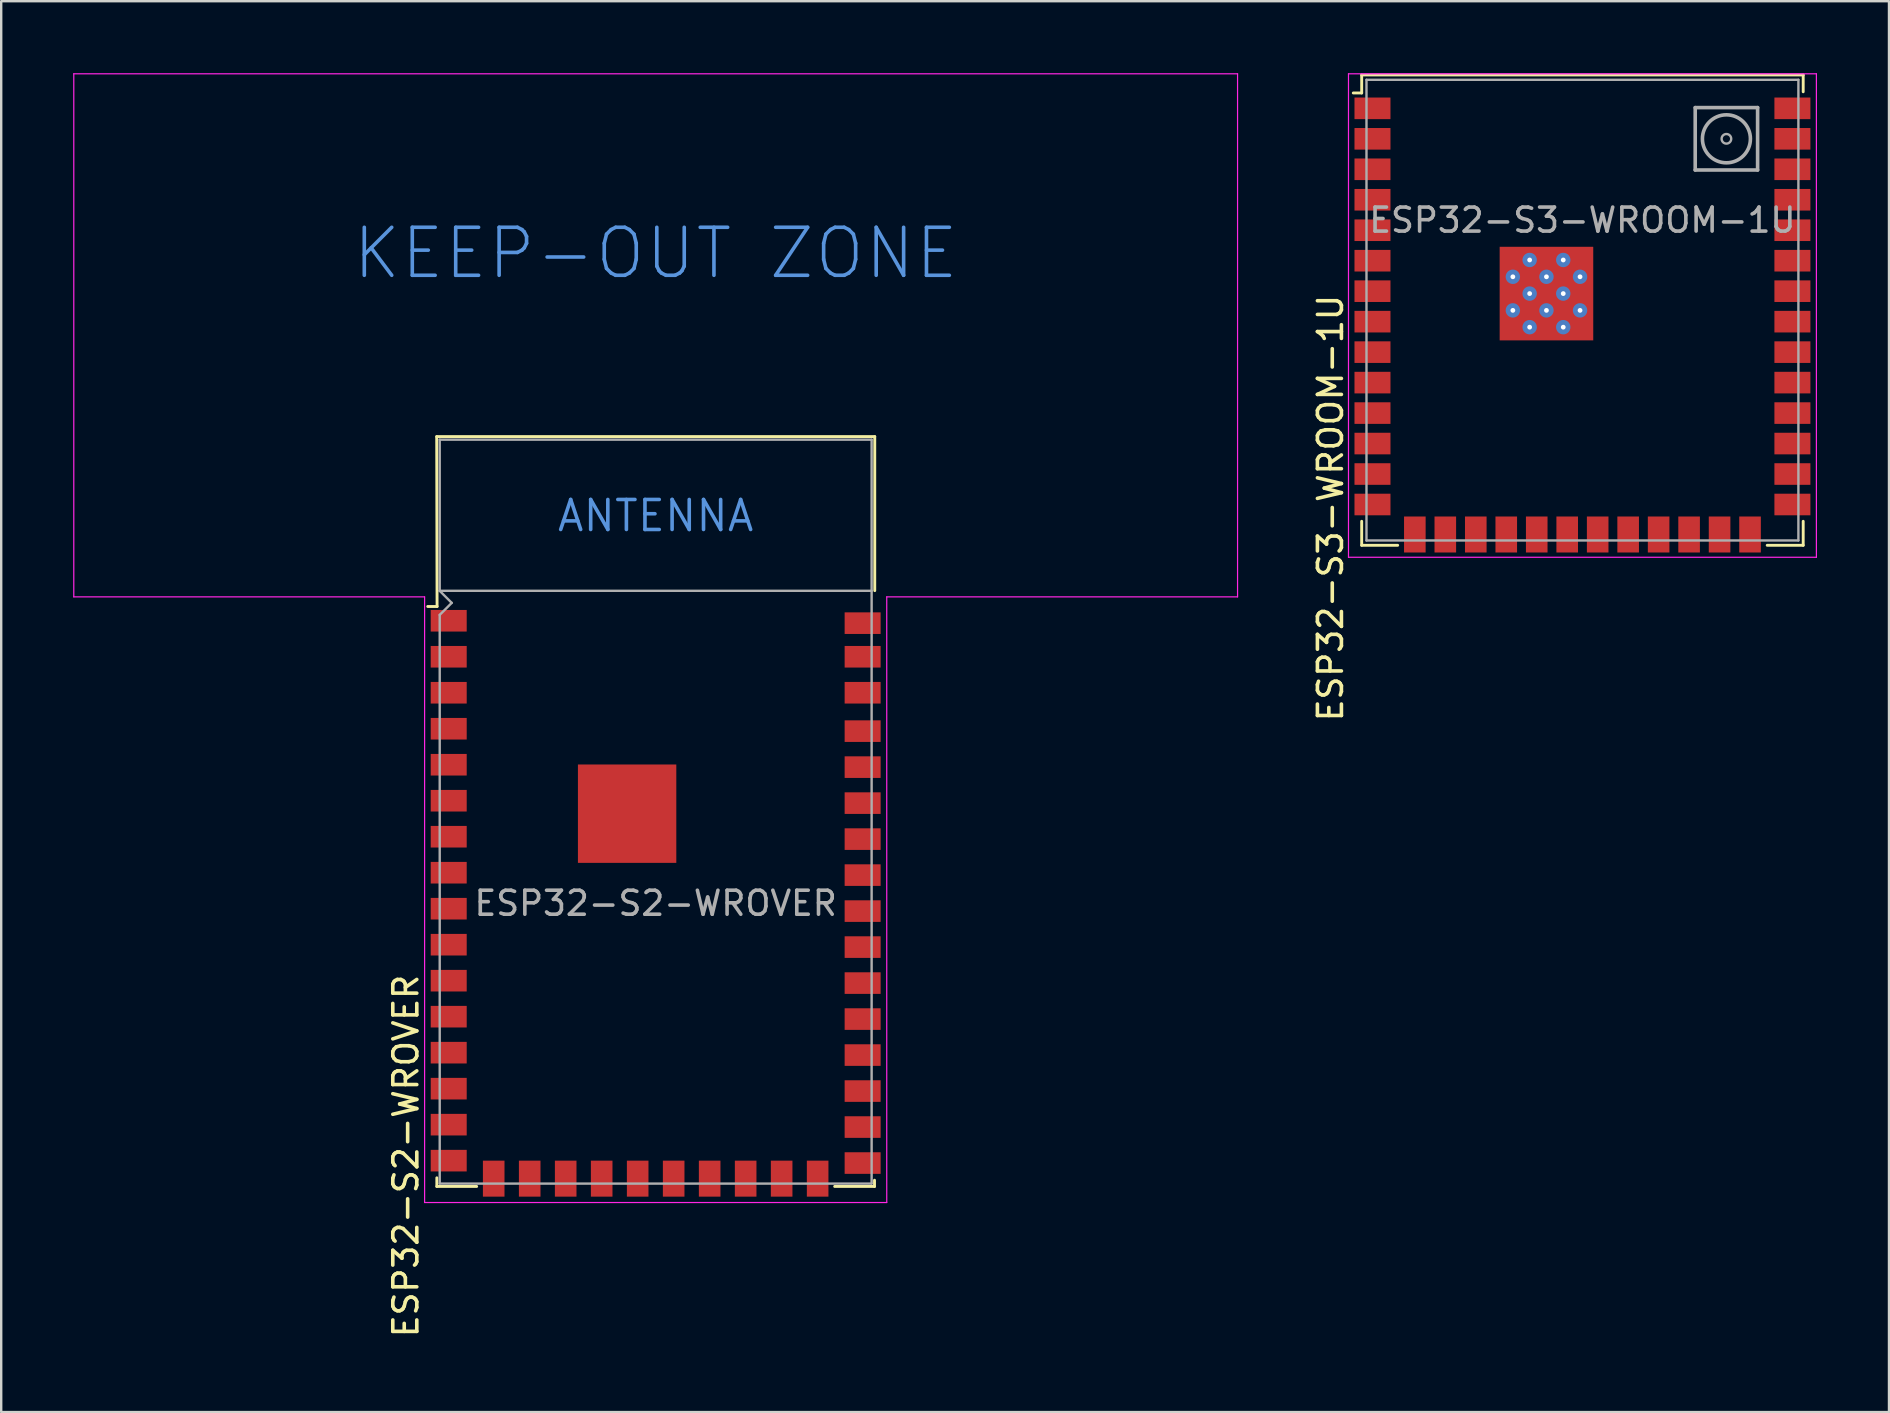
<source format=kicad_pcb>
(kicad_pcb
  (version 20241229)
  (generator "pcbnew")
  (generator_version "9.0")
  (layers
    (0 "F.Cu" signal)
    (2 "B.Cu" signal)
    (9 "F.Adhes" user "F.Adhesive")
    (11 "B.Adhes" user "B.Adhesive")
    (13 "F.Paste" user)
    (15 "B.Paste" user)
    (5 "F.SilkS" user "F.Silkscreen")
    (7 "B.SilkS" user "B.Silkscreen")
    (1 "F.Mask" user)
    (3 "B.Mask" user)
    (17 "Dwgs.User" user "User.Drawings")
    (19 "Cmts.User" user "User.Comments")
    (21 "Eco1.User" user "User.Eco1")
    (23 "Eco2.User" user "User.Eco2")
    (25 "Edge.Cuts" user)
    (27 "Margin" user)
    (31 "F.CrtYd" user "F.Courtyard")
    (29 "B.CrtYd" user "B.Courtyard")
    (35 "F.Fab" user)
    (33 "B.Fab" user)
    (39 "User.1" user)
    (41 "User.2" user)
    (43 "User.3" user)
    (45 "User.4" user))
  (footprint "ESP32-S2-WROVER"
    (layer "F.Cu")
    (at 24.275 34.595)
    (property "Reference" "ESP32-S2-WROVER" (at -10.41 10.53 90) (layer "F.SilkS") (effects (font (size 1 1) (thickness 0.15))))
    (attr smd)
    (fp_line (start -9.125 -19.45) (end 9.13 -19.45) (stroke (width 0.12) (type solid)) (layer "F.SilkS"))
    (fp_line (start -9.12 11.44) (end -9.12 11.8) (stroke (width 0.12) (type solid)) (layer "F.SilkS"))
    (fp_line (start -9.12 11.8) (end -7.46 11.8) (stroke (width 0.12) (type solid)) (layer "F.SilkS"))
    (fp_line (start -9.11 -12.37) (end -9.5 -12.37) (stroke (width 0.12) (type solid)) (layer "F.SilkS"))
    (fp_line (start -9.11 -12.37) (end -9.125 -19.45) (stroke (width 0.12) (type solid)) (layer "F.SilkS"))
    (fp_line (start 9.12 11.54) (end 9.12 11.8) (stroke (width 0.12) (type solid)) (layer "F.SilkS"))
    (fp_line (start 9.12 11.8) (end 7.46 11.8) (stroke (width 0.12) (type solid)) (layer "F.SilkS"))
    (fp_line (start 9.13 -13.03) (end 9.13 -19.45) (stroke (width 0.12) (type solid)) (layer "F.SilkS"))
    (fp_line (start -24.25 -34.57) (end -24.25 -12.77) (stroke (width 0.05) (type solid)) (layer "F.CrtYd"))
    (fp_line (start -24.25 -12.77) (end -9.63 -12.77) (stroke (width 0.05) (type solid)) (layer "F.CrtYd"))
    (fp_line (start -9.63 -12.77) (end -9.63 12.47) (stroke (width 0.05) (type solid)) (layer "F.CrtYd"))
    (fp_line (start -9.63 12.47) (end 9.63 12.47) (stroke (width 0.05) (type solid)) (layer "F.CrtYd"))
    (fp_line (start 9.63 -12.77) (end 24.25 -12.77) (stroke (width 0.05) (type solid)) (layer "F.CrtYd"))
    (fp_line (start 9.63 12.47) (end 9.63 -12.77) (stroke (width 0.05) (type solid)) (layer "F.CrtYd"))
    (fp_line (start 24.25 -34.57) (end -24.25 -34.57) (stroke (width 0.05) (type solid)) (layer "F.CrtYd"))
    (fp_line (start 24.25 -12.77) (end 24.25 -34.57) (stroke (width 0.05) (type solid)) (layer "F.CrtYd"))
    (fp_line (start -9 -19.323) (end 9 -19.323) (stroke (width 0.1) (type solid)) (layer "F.Fab"))
    (fp_line (start -9 -19.32) (end -9 -13.02) (stroke (width 0.1) (type solid)) (layer "F.Fab"))
    (fp_line (start -9 -12.02) (end -9 11.68) (stroke (width 0.1) (type solid)) (layer "F.Fab"))
    (fp_line (start -9 -12.02) (end -8.5 -12.52) (stroke (width 0.1) (type solid)) (layer "F.Fab"))
    (fp_line (start -9 11.68) (end 9 11.68) (stroke (width 0.1) (type solid)) (layer "F.Fab"))
    (fp_line (start -8.5 -12.52) (end -9 -13.02) (stroke (width 0.1) (type solid)) (layer "F.Fab"))
    (fp_line (start 9 -19.32) (end 9 11.68) (stroke (width 0.1) (type solid)) (layer "F.Fab"))
    (fp_line (start 9 -13.023) (end -9 -13.023) (stroke (width 0.1) (type solid)) (layer "F.Fab"))
    (fp_text user "KEEP-OUT ZONE" (at 0 -27.09 0) (layer "Cmts.User") (effects (font (size 2 2) (thickness 0.15))))
    (fp_text user "ANTENNA" (at 0 -16.15 0) (layer "Cmts.User") (effects (font (size 1.25 1.25) (thickness 0.15))))
    (fp_text user "${REFERENCE}" (at 0 0 0) (layer "F.Fab") (effects (font (size 1 1) (thickness 0.15))))
    (pad "1" smd rect (at -8.625 -11.775) (size 1.5 0.9) (layers "F.Cu" "F.Mask" "F.Paste"))
    (pad "2" smd rect (at -8.625 -10.275) (size 1.5 0.9) (layers "F.Cu" "F.Mask" "F.Paste"))
    (pad "3" smd rect (at -8.625 -8.775) (size 1.5 0.9) (layers "F.Cu" "F.Mask" "F.Paste"))
    (pad "4" smd rect (at -8.625 -7.275) (size 1.5 0.9) (layers "F.Cu" "F.Mask" "F.Paste"))
    (pad "5" smd rect (at -8.625 -5.775) (size 1.5 0.9) (layers "F.Cu" "F.Mask" "F.Paste"))
    (pad "6" smd rect (at -8.625 -4.275) (size 1.5 0.9) (layers "F.Cu" "F.Mask" "F.Paste"))
    (pad "7" smd rect (at -8.625 -2.775) (size 1.5 0.9) (layers "F.Cu" "F.Mask" "F.Paste"))
    (pad "8" smd rect (at -8.625 -1.275) (size 1.5 0.9) (layers "F.Cu" "F.Mask" "F.Paste"))
    (pad "9" smd rect (at -8.625 0.225) (size 1.5 0.9) (layers "F.Cu" "F.Mask" "F.Paste"))
    (pad "10" smd rect (at -8.625 1.725) (size 1.5 0.9) (layers "F.Cu" "F.Mask" "F.Paste"))
    (pad "11" smd rect (at -8.625 3.225) (size 1.5 0.9) (layers "F.Cu" "F.Mask" "F.Paste"))
    (pad "12" smd rect (at -8.625 4.725) (size 1.5 0.9) (layers "F.Cu" "F.Mask" "F.Paste"))
    (pad "13" smd rect (at -8.625 6.225) (size 1.5 0.9) (layers "F.Cu" "F.Mask" "F.Paste"))
    (pad "14" smd rect (at -8.625 7.725) (size 1.5 0.9) (layers "F.Cu" "F.Mask" "F.Paste"))
    (pad "15" smd rect (at -8.625 9.225 180) (size 1.5 0.9) (layers "F.Cu" "F.Mask" "F.Paste"))
    (pad "16" smd rect (at -8.625 10.725 180) (size 1.5 0.9) (layers "F.Cu" "F.Mask" "F.Paste"))
    (pad "17" smd rect (at -6.75 11.475) (size 0.9 1.5) (layers "F.Cu" "F.Mask" "F.Paste"))
    (pad "18" smd rect (at -5.25 11.475) (size 0.9 1.5) (layers "F.Cu" "F.Mask" "F.Paste"))
    (pad "19" smd rect (at -3.75 11.475) (size 0.9 1.5) (layers "F.Cu" "F.Mask" "F.Paste"))
    (pad "20" smd rect (at -2.25 11.475) (size 0.9 1.5) (layers "F.Cu" "F.Mask" "F.Paste"))
    (pad "21" smd rect (at -0.75 11.475) (size 0.9 1.5) (layers "F.Cu" "F.Mask" "F.Paste"))
    (pad "22" smd rect (at 0.75 11.475) (size 0.9 1.5) (layers "F.Cu" "F.Mask" "F.Paste"))
    (pad "23" smd rect (at 2.25 11.475) (size 0.9 1.5) (layers "F.Cu" "F.Mask" "F.Paste"))
    (pad "24" smd rect (at 3.75 11.475) (size 0.9 1.5) (layers "F.Cu" "F.Mask" "F.Paste"))
    (pad "25" smd rect (at 5.25 11.475) (size 0.9 1.5) (layers "F.Cu" "F.Mask" "F.Paste"))
    (pad "26" smd rect (at 6.75 11.475) (size 0.9 1.5) (layers "F.Cu" "F.Mask" "F.Paste"))
    (pad "27" smd rect (at 8.625 10.825) (size 1.5 0.9) (layers "F.Cu" "F.Mask" "F.Paste"))
    (pad "28" smd rect (at 8.625 9.325) (size 1.5 0.9) (layers "F.Cu" "F.Mask" "F.Paste"))
    (pad "29" smd rect (at 8.625 7.825) (size 1.5 0.9) (layers "F.Cu" "F.Mask" "F.Paste"))
    (pad "30" smd rect (at 8.625 6.325) (size 1.5 0.9) (layers "F.Cu" "F.Mask" "F.Paste"))
    (pad "31" smd rect (at 8.625 4.825) (size 1.5 0.9) (layers "F.Cu" "F.Mask" "F.Paste"))
    (pad "32" smd rect (at 8.625 3.325) (size 1.5 0.9) (layers "F.Cu" "F.Mask" "F.Paste"))
    (pad "33" smd rect (at 8.625 1.825) (size 1.5 0.9) (layers "F.Cu" "F.Mask" "F.Paste"))
    (pad "34" smd rect (at 8.625 0.325) (size 1.5 0.9) (layers "F.Cu" "F.Mask" "F.Paste"))
    (pad "35" smd rect (at 8.625 -1.175) (size 1.5 0.9) (layers "F.Cu" "F.Mask" "F.Paste"))
    (pad "36" smd rect (at 8.625 -2.675) (size 1.5 0.9) (layers "F.Cu" "F.Mask" "F.Paste"))
    (pad "37" smd rect (at 8.625 -4.175) (size 1.5 0.9) (layers "F.Cu" "F.Mask" "F.Paste"))
    (pad "38" smd rect (at 8.625 -5.675) (size 1.5 0.9) (layers "F.Cu" "F.Mask" "F.Paste"))
    (pad "39" smd rect (at 8.625 -7.175) (size 1.5 0.9) (layers "F.Cu" "F.Mask" "F.Paste"))
    (pad "40" smd rect (at 8.625 -8.775) (size 1.5 0.9) (layers "F.Cu" "F.Mask" "F.Paste"))
    (pad "41" smd rect (at 8.625 -10.275) (size 1.5 0.9) (layers "F.Cu" "F.Mask" "F.Paste"))
    (pad "42" smd rect (at 8.625 -11.675) (size 1.5 0.9) (layers "F.Cu" "F.Mask" "F.Paste"))
    (pad "43" smd rect (at -1.19 -3.735) (size 4.1 4.1) (layers "F.Cu" "F.Mask" "F.Paste"))
    (zone (net_name "") (layers "F.Cu" "B.Cu") (hatch full 0.508) (connect_pads) (min_thickness 0.254) (filled_areas_thickness no) (keepout (tracks not_allowed) (vias not_allowed) (pads not_allowed) (copperpour not_allowed) (footprints not_allowed)) (placement (enabled no)) (fill) (polygon (pts (xy 0.275 21.572) (xy 48.275 21.572) (xy 48.275 0.272) (xy 0.275 0.272)))))
  (footprint "ESP32-S3-WROOM-1U"
    (layer "F.Cu")
    (at 62.898 9.875)
    (property "Reference" "ESP32-S3-WROOM-1U" (at -10.5 8.25 90) (unlocked yes) (layer "F.SilkS") (effects (font (size 1 1) (thickness 0.15))))
    (attr smd)
    (fp_line (start -9.2 -9.8) (end 9.2 -9.8) (stroke (width 0.12) (type solid)) (layer "F.SilkS"))
    (fp_line (start -9.2 -9.05) (end -9.55 -9.05) (stroke (width 0.12) (type solid)) (layer "F.SilkS"))
    (fp_line (start -9.2 -9.05) (end -9.2 -9.8) (stroke (width 0.12) (type solid)) (layer "F.SilkS"))
    (fp_line (start -9.2 8.8) (end -9.2 9.8) (stroke (width 0.12) (type solid)) (layer "F.SilkS"))
    (fp_line (start -9.2 9.8) (end -7.7 9.8) (stroke (width 0.12) (type solid)) (layer "F.SilkS"))
    (fp_line (start 9.2 -9.8) (end 9.2 -9.1) (stroke (width 0.12) (type solid)) (layer "F.SilkS"))
    (fp_line (start 9.2 9.8) (end 7.7 9.8) (stroke (width 0.12) (type solid)) (layer "F.SilkS"))
    (fp_line (start 9.2 9.8) (end 9.2 8.8) (stroke (width 0.12) (type solid)) (layer "F.SilkS"))
    (fp_line (start -9.75 10.3) (end -9.75 -9.85) (stroke (width 0.05) (type solid)) (layer "F.CrtYd"))
    (fp_line (start -9.75 10.3) (end 9.75 10.3) (stroke (width 0.05) (type solid)) (layer "F.CrtYd"))
    (fp_line (start 9.75 -9.85) (end -9.75 -9.85) (stroke (width 0.05) (type solid)) (layer "F.CrtYd"))
    (fp_line (start 9.75 -9.85) (end 9.75 10.3) (stroke (width 0.05) (type solid)) (layer "F.CrtYd"))
    (fp_line (start -9 -9.6) (end 9 -9.6) (stroke (width 0.1) (type solid)) (layer "F.Fab"))
    (fp_line (start -9 9.6) (end -9 -9.6) (stroke (width 0.1) (type solid)) (layer "F.Fab"))
    (fp_line (start -9 9.6) (end 9 9.6) (stroke (width 0.1) (type solid)) (layer "F.Fab"))
    (fp_line (start 4.7 -8.44) (end 7.3 -8.44) (stroke (width 0.15) (type solid)) (layer "F.Fab"))
    (fp_line (start 4.7 -5.84) (end 4.7 -8.44) (stroke (width 0.15) (type solid)) (layer "F.Fab"))
    (fp_line (start 7.3 -8.44) (end 7.3 -5.84) (stroke (width 0.15) (type solid)) (layer "F.Fab"))
    (fp_line (start 7.3 -5.84) (end 4.7 -5.84) (stroke (width 0.15) (type solid)) (layer "F.Fab"))
    (fp_line (start 9 9.6) (end 9 -9.6) (stroke (width 0.1) (type solid)) (layer "F.Fab"))
    (fp_circle (center 6 -7.14) (end 6 -6.94) (stroke (width 0.1) (type solid)) (fill no) (layer "F.Fab"))
    (fp_circle (center 6 -7.14) (end 7 -7.14) (stroke (width 0.15) (type solid)) (fill no) (layer "F.Fab"))
    (fp_text user "${REFERENCE}" (at 0 -3.75 0) (unlocked yes) (layer "F.Fab") (effects (font (size 1 1) (thickness 0.15))))
    (pad "" smd rect (at -2.904 0.71) (size 0.9 0.9) (layers "F.Paste"))
    (pad "" smd rect (at -2.9 -2.09) (size 0.9 0.9) (layers "F.Paste"))
    (pad "" smd rect (at -2.9 -0.69) (size 0.9 0.9) (layers "F.Paste"))
    (pad "" smd rect (at -1.504 0.71) (size 0.9 0.9) (layers "F.Paste"))
    (pad "" smd rect (at -1.5 -2.09) (size 0.9 0.9) (layers "F.Paste"))
    (pad "" smd rect (at -1.5 -0.69) (size 0.9 0.9) (layers "F.Paste"))
    (pad "" smd rect (at -0.104 0.71) (size 0.9 0.9) (layers "F.Paste"))
    (pad "" smd rect (at -0.1 -2.09) (size 0.9 0.9) (layers "F.Paste"))
    (pad "" smd rect (at -0.1 -0.69) (size 0.9 0.9) (layers "F.Paste"))
    (pad "1" smd rect (at -8.75 -8.41) (size 1.5 0.9) (layers "F.Cu" "F.Mask" "F.Paste"))
    (pad "2" smd rect (at -8.75 -7.14) (size 1.5 0.9) (layers "F.Cu" "F.Mask" "F.Paste"))
    (pad "3" smd rect (at -8.75 -5.87) (size 1.5 0.9) (layers "F.Cu" "F.Mask" "F.Paste"))
    (pad "4" smd rect (at -8.75 -4.6) (size 1.5 0.9) (layers "F.Cu" "F.Mask" "F.Paste"))
    (pad "5" smd rect (at -8.75 -3.33) (size 1.5 0.9) (layers "F.Cu" "F.Mask" "F.Paste"))
    (pad "6" smd rect (at -8.75 -2.06) (size 1.5 0.9) (layers "F.Cu" "F.Mask" "F.Paste"))
    (pad "7" smd rect (at -8.75 -0.79) (size 1.5 0.9) (layers "F.Cu" "F.Mask" "F.Paste"))
    (pad "8" smd rect (at -8.75 0.48) (size 1.5 0.9) (layers "F.Cu" "F.Mask" "F.Paste"))
    (pad "9" smd rect (at -8.75 1.75) (size 1.5 0.9) (layers "F.Cu" "F.Mask" "F.Paste"))
    (pad "10" smd rect (at -8.75 3.02) (size 1.5 0.9) (layers "F.Cu" "F.Mask" "F.Paste"))
    (pad "11" smd rect (at -8.75 4.29) (size 1.5 0.9) (layers "F.Cu" "F.Mask" "F.Paste"))
    (pad "12" smd rect (at -8.75 5.56) (size 1.5 0.9) (layers "F.Cu" "F.Mask" "F.Paste"))
    (pad "13" smd rect (at -8.75 6.83) (size 1.5 0.9) (layers "F.Cu" "F.Mask" "F.Paste"))
    (pad "14" smd rect (at -8.75 8.1 180) (size 1.5 0.9) (layers "F.Cu" "F.Mask" "F.Paste"))
    (pad "15" smd rect (at -6.985 9.35 270) (size 1.5 0.9) (layers "F.Cu" "F.Mask" "F.Paste"))
    (pad "16" smd rect (at -5.715 9.35 270) (size 1.5 0.9) (layers "F.Cu" "F.Mask" "F.Paste"))
    (pad "17" smd rect (at -4.445 9.35 270) (size 1.5 0.9) (layers "F.Cu" "F.Mask" "F.Paste"))
    (pad "18" smd rect (at -3.175 9.35 270) (size 1.5 0.9) (layers "F.Cu" "F.Mask" "F.Paste"))
    (pad "19" smd rect (at -1.905 9.35 270) (size 1.5 0.9) (layers "F.Cu" "F.Mask" "F.Paste"))
    (pad "20" smd rect (at -0.635 9.35 270) (size 1.5 0.9) (layers "F.Cu" "F.Mask" "F.Paste"))
    (pad "21" smd rect (at 0.635 9.35 270) (size 1.5 0.9) (layers "F.Cu" "F.Mask" "F.Paste"))
    (pad "22" smd rect (at 1.905 9.35 270) (size 1.5 0.9) (layers "F.Cu" "F.Mask" "F.Paste"))
    (pad "23" smd rect (at 3.175 9.35 270) (size 1.5 0.9) (layers "F.Cu" "F.Mask" "F.Paste"))
    (pad "24" smd rect (at 4.445 9.35 270) (size 1.5 0.9) (layers "F.Cu" "F.Mask" "F.Paste"))
    (pad "25" smd rect (at 5.715 9.35 270) (size 1.5 0.9) (layers "F.Cu" "F.Mask" "F.Paste"))
    (pad "26" smd rect (at 6.985 9.35 270) (size 1.5 0.9) (layers "F.Cu" "F.Mask" "F.Paste"))
    (pad "27" smd rect (at 8.75 8.1) (size 1.5 0.9) (layers "F.Cu" "F.Mask" "F.Paste"))
    (pad "28" smd rect (at 8.75 6.83) (size 1.5 0.9) (layers "F.Cu" "F.Mask" "F.Paste"))
    (pad "29" smd rect (at 8.75 5.56) (size 1.5 0.9) (layers "F.Cu" "F.Mask" "F.Paste"))
    (pad "30" smd rect (at 8.75 4.29) (size 1.5 0.9) (layers "F.Cu" "F.Mask" "F.Paste"))
    (pad "31" smd rect (at 8.75 3.02) (size 1.5 0.9) (layers "F.Cu" "F.Mask" "F.Paste"))
    (pad "32" smd rect (at 8.75 1.75) (size 1.5 0.9) (layers "F.Cu" "F.Mask" "F.Paste"))
    (pad "33" smd rect (at 8.75 0.48) (size 1.5 0.9) (layers "F.Cu" "F.Mask" "F.Paste"))
    (pad "34" smd rect (at 8.75 -0.79) (size 1.5 0.9) (layers "F.Cu" "F.Mask" "F.Paste"))
    (pad "35" smd rect (at 8.75 -2.06) (size 1.5 0.9) (layers "F.Cu" "F.Mask" "F.Paste"))
    (pad "36" smd rect (at 8.75 -3.33) (size 1.5 0.9) (layers "F.Cu" "F.Mask" "F.Paste"))
    (pad "37" smd rect (at 8.75 -4.6) (size 1.5 0.9) (layers "F.Cu" "F.Mask" "F.Paste"))
    (pad "38" smd rect (at 8.75 -5.87) (size 1.5 0.9) (layers "F.Cu" "F.Mask" "F.Paste"))
    (pad "39" smd rect (at 8.75 -7.14) (size 1.5 0.9) (layers "F.Cu" "F.Mask" "F.Paste"))
    (pad "40" smd rect (at 8.75 -8.41) (size 1.5 0.9) (layers "F.Cu" "F.Mask" "F.Paste"))
    (pad "41" thru_hole circle (at -2.9 -1.39) (size 0.6 0.6) (drill 0.2) (property pad_prop_heatsink) (layers "*.Cu" "F.Mask"))
    (pad "41" thru_hole circle (at -2.9 0.01) (size 0.6 0.6) (drill 0.2) (property pad_prop_heatsink) (layers "*.Cu" "F.Mask"))
    (pad "41" thru_hole circle (at -2.2 -2.09) (size 0.6 0.6) (drill 0.2) (property pad_prop_heatsink) (layers "*.Cu" "F.Mask"))
    (pad "41" thru_hole circle (at -2.2 -0.69) (size 0.6 0.6) (drill 0.2) (property pad_prop_heatsink) (layers "*.Cu" "F.Mask"))
    (pad "41" thru_hole circle (at -2.2 0.71) (size 0.6 0.6) (drill 0.2) (property pad_prop_heatsink) (layers "*.Cu" "F.Mask"))
    (pad "41" thru_hole circle (at -1.5 -1.39) (size 0.6 0.6) (drill 0.2) (property pad_prop_heatsink) (layers "*.Cu" "F.Mask"))
    (pad "41" smd rect (at -1.5 -0.69) (size 3.9 3.9) (layers "F.Cu" "F.Mask"))
    (pad "41" thru_hole circle (at -1.5 0.01) (size 0.6 0.6) (drill 0.2) (property pad_prop_heatsink) (layers "*.Cu" "F.Mask"))
    (pad "41" thru_hole circle (at -0.8 -2.09) (size 0.6 0.6) (drill 0.2) (property pad_prop_heatsink) (layers "*.Cu" "F.Mask"))
    (pad "41" thru_hole circle (at -0.8 -0.69 90) (size 0.6 0.6) (drill 0.2) (property pad_prop_heatsink) (layers "*.Cu" "F.Mask"))
    (pad "41" thru_hole circle (at -0.8 0.71) (size 0.6 0.6) (drill 0.2) (property pad_prop_heatsink) (layers "*.Cu" "F.Mask"))
    (pad "41" thru_hole circle (at -0.1 -1.39) (size 0.6 0.6) (drill 0.2) (property pad_prop_heatsink) (layers "*.Cu" "F.Mask"))
    (pad "41" thru_hole circle (at -0.1 0.01) (size 0.6 0.6) (drill 0.2) (property pad_prop_heatsink) (layers "*.Cu" "F.Mask")))
  (gr_rect
    (start -3 -3)
    (end 75.673 55.798)
    (stroke (width 0.1) (type default))
    (fill no)
    (layer "Edge.Cuts")))
</source>
